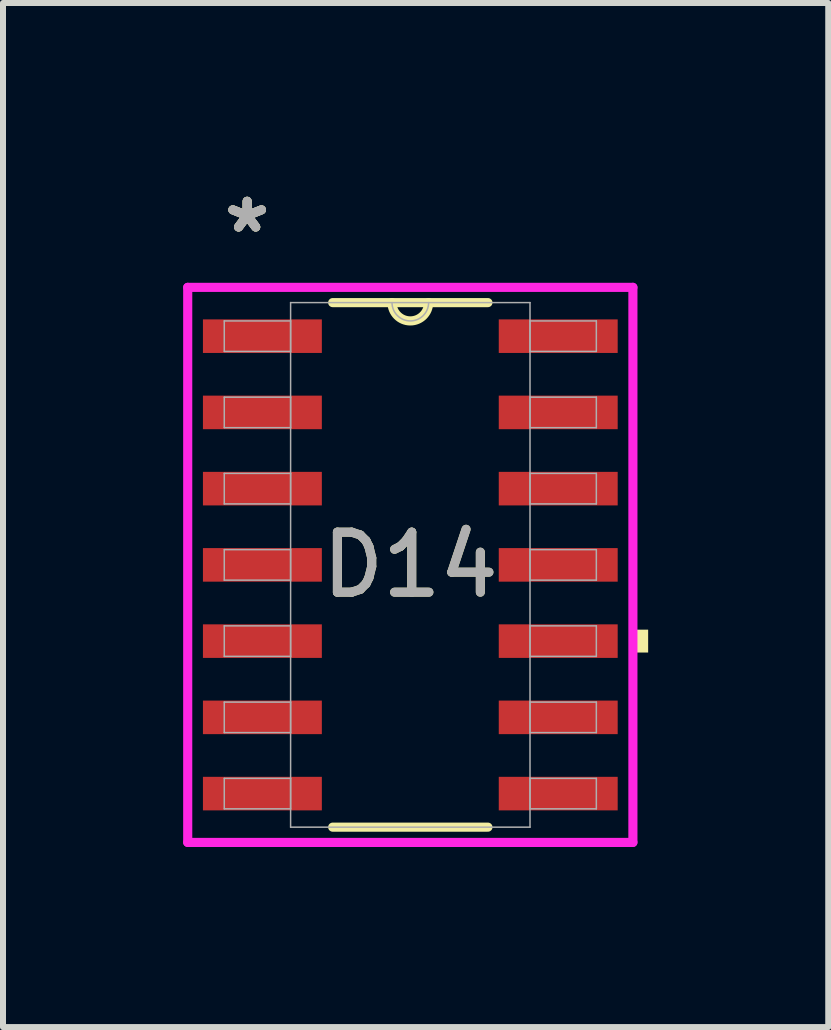
<source format=kicad_pcb>
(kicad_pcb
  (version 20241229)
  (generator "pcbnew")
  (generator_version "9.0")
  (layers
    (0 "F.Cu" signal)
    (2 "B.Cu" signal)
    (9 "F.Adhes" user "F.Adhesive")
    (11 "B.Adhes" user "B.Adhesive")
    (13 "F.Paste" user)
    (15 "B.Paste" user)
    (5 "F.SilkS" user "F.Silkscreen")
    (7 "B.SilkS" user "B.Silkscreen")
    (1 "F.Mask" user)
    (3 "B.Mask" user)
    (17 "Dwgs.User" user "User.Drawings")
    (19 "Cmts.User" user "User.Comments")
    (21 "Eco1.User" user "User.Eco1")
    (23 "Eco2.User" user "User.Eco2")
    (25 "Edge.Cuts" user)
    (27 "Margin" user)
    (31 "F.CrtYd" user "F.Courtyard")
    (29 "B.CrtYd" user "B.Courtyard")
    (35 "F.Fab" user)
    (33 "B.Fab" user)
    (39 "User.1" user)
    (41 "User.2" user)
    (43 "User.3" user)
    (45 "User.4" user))
  (footprint "D14"
    (layer "F.Cu")
    (at 3.785 6.36)
    (property "Reference" "D14" (at 0 0 0) (unlocked yes) (layer "F.SilkS") (effects (font (size 1 1) (thickness 0.15))))
    (attr smd)
    (fp_line (start -1.293 4.369) (end 1.293 4.369) (stroke (width 0.152) (type solid)) (layer "F.SilkS"))
    (fp_line (start 1.293 -4.369) (end -1.293 -4.369) (stroke (width 0.152) (type solid)) (layer "F.SilkS"))
    (fp_arc (start 0.3048 -4.3688) (mid 0 -4.064) (end -0.3048 -4.3688) (stroke (width 0.1524) (type solid)) (layer "F.SilkS"))
    (fp_poly (pts (xy 3.962 1.079) (xy 3.962 1.46) (xy 3.708 1.46) (xy 3.708 1.079)) (stroke (width 0) (type solid)) (fill yes) (layer "F.SilkS"))
    (fp_line (start -3.708 -4.623) (end 3.708 -4.623) (stroke (width 0.152) (type solid)) (layer "F.CrtYd"))
    (fp_line (start -3.708 4.623) (end -3.708 -4.623) (stroke (width 0.152) (type solid)) (layer "F.CrtYd"))
    (fp_line (start 3.708 -4.623) (end 3.708 4.623) (stroke (width 0.152) (type solid)) (layer "F.CrtYd"))
    (fp_line (start 3.708 4.623) (end -3.708 4.623) (stroke (width 0.152) (type solid)) (layer "F.CrtYd"))
    (fp_line (start -3.099 -4.064) (end -3.099 -3.556) (stroke (width 0.025) (type solid)) (layer "F.Fab"))
    (fp_line (start -3.099 -3.556) (end -1.994 -3.556) (stroke (width 0.025) (type solid)) (layer "F.Fab"))
    (fp_line (start -3.099 -2.794) (end -3.099 -2.286) (stroke (width 0.025) (type solid)) (layer "F.Fab"))
    (fp_line (start -3.099 -2.286) (end -1.994 -2.286) (stroke (width 0.025) (type solid)) (layer "F.Fab"))
    (fp_line (start -3.099 -1.524) (end -3.099 -1.016) (stroke (width 0.025) (type solid)) (layer "F.Fab"))
    (fp_line (start -3.099 -1.016) (end -1.994 -1.016) (stroke (width 0.025) (type solid)) (layer "F.Fab"))
    (fp_line (start -3.099 -0.254) (end -3.099 0.254) (stroke (width 0.025) (type solid)) (layer "F.Fab"))
    (fp_line (start -3.099 0.254) (end -1.994 0.254) (stroke (width 0.025) (type solid)) (layer "F.Fab"))
    (fp_line (start -3.099 1.016) (end -3.099 1.524) (stroke (width 0.025) (type solid)) (layer "F.Fab"))
    (fp_line (start -3.099 1.524) (end -1.994 1.524) (stroke (width 0.025) (type solid)) (layer "F.Fab"))
    (fp_line (start -3.099 2.286) (end -3.099 2.794) (stroke (width 0.025) (type solid)) (layer "F.Fab"))
    (fp_line (start -3.099 2.794) (end -1.994 2.794) (stroke (width 0.025) (type solid)) (layer "F.Fab"))
    (fp_line (start -3.099 3.556) (end -3.099 4.064) (stroke (width 0.025) (type solid)) (layer "F.Fab"))
    (fp_line (start -3.099 4.064) (end -1.994 4.064) (stroke (width 0.025) (type solid)) (layer "F.Fab"))
    (fp_line (start -1.994 -4.369) (end -1.994 4.369) (stroke (width 0.025) (type solid)) (layer "F.Fab"))
    (fp_line (start -1.994 -4.064) (end -3.099 -4.064) (stroke (width 0.025) (type solid)) (layer "F.Fab"))
    (fp_line (start -1.994 -3.556) (end -1.994 -4.064) (stroke (width 0.025) (type solid)) (layer "F.Fab"))
    (fp_line (start -1.994 -2.794) (end -3.099 -2.794) (stroke (width 0.025) (type solid)) (layer "F.Fab"))
    (fp_line (start -1.994 -2.286) (end -1.994 -2.794) (stroke (width 0.025) (type solid)) (layer "F.Fab"))
    (fp_line (start -1.994 -1.524) (end -3.099 -1.524) (stroke (width 0.025) (type solid)) (layer "F.Fab"))
    (fp_line (start -1.994 -1.016) (end -1.994 -1.524) (stroke (width 0.025) (type solid)) (layer "F.Fab"))
    (fp_line (start -1.994 -0.254) (end -3.099 -0.254) (stroke (width 0.025) (type solid)) (layer "F.Fab"))
    (fp_line (start -1.994 0.254) (end -1.994 -0.254) (stroke (width 0.025) (type solid)) (layer "F.Fab"))
    (fp_line (start -1.994 1.016) (end -3.099 1.016) (stroke (width 0.025) (type solid)) (layer "F.Fab"))
    (fp_line (start -1.994 1.524) (end -1.994 1.016) (stroke (width 0.025) (type solid)) (layer "F.Fab"))
    (fp_line (start -1.994 2.286) (end -3.099 2.286) (stroke (width 0.025) (type solid)) (layer "F.Fab"))
    (fp_line (start -1.994 2.794) (end -1.994 2.286) (stroke (width 0.025) (type solid)) (layer "F.Fab"))
    (fp_line (start -1.994 3.556) (end -3.099 3.556) (stroke (width 0.025) (type solid)) (layer "F.Fab"))
    (fp_line (start -1.994 4.064) (end -1.994 3.556) (stroke (width 0.025) (type solid)) (layer "F.Fab"))
    (fp_line (start -1.994 4.369) (end 1.994 4.369) (stroke (width 0.025) (type solid)) (layer "F.Fab"))
    (fp_line (start 1.994 -4.369) (end -1.994 -4.369) (stroke (width 0.025) (type solid)) (layer "F.Fab"))
    (fp_line (start 1.994 -4.064) (end 1.994 -3.556) (stroke (width 0.025) (type solid)) (layer "F.Fab"))
    (fp_line (start 1.994 -3.556) (end 3.099 -3.556) (stroke (width 0.025) (type solid)) (layer "F.Fab"))
    (fp_line (start 1.994 -2.794) (end 1.994 -2.286) (stroke (width 0.025) (type solid)) (layer "F.Fab"))
    (fp_line (start 1.994 -2.286) (end 3.099 -2.286) (stroke (width 0.025) (type solid)) (layer "F.Fab"))
    (fp_line (start 1.994 -1.524) (end 1.994 -1.016) (stroke (width 0.025) (type solid)) (layer "F.Fab"))
    (fp_line (start 1.994 -1.016) (end 3.099 -1.016) (stroke (width 0.025) (type solid)) (layer "F.Fab"))
    (fp_line (start 1.994 -0.254) (end 1.994 0.254) (stroke (width 0.025) (type solid)) (layer "F.Fab"))
    (fp_line (start 1.994 0.254) (end 3.099 0.254) (stroke (width 0.025) (type solid)) (layer "F.Fab"))
    (fp_line (start 1.994 1.016) (end 1.994 1.524) (stroke (width 0.025) (type solid)) (layer "F.Fab"))
    (fp_line (start 1.994 1.524) (end 3.099 1.524) (stroke (width 0.025) (type solid)) (layer "F.Fab"))
    (fp_line (start 1.994 2.286) (end 1.994 2.794) (stroke (width 0.025) (type solid)) (layer "F.Fab"))
    (fp_line (start 1.994 2.794) (end 3.099 2.794) (stroke (width 0.025) (type solid)) (layer "F.Fab"))
    (fp_line (start 1.994 3.556) (end 1.994 4.064) (stroke (width 0.025) (type solid)) (layer "F.Fab"))
    (fp_line (start 1.994 4.064) (end 3.099 4.064) (stroke (width 0.025) (type solid)) (layer "F.Fab"))
    (fp_line (start 1.994 4.369) (end 1.994 -4.369) (stroke (width 0.025) (type solid)) (layer "F.Fab"))
    (fp_line (start 3.099 -4.064) (end 1.994 -4.064) (stroke (width 0.025) (type solid)) (layer "F.Fab"))
    (fp_line (start 3.099 -3.556) (end 3.099 -4.064) (stroke (width 0.025) (type solid)) (layer "F.Fab"))
    (fp_line (start 3.099 -2.794) (end 1.994 -2.794) (stroke (width 0.025) (type solid)) (layer "F.Fab"))
    (fp_line (start 3.099 -2.286) (end 3.099 -2.794) (stroke (width 0.025) (type solid)) (layer "F.Fab"))
    (fp_line (start 3.099 -1.524) (end 1.994 -1.524) (stroke (width 0.025) (type solid)) (layer "F.Fab"))
    (fp_line (start 3.099 -1.016) (end 3.099 -1.524) (stroke (width 0.025) (type solid)) (layer "F.Fab"))
    (fp_line (start 3.099 -0.254) (end 1.994 -0.254) (stroke (width 0.025) (type solid)) (layer "F.Fab"))
    (fp_line (start 3.099 0.254) (end 3.099 -0.254) (stroke (width 0.025) (type solid)) (layer "F.Fab"))
    (fp_line (start 3.099 1.016) (end 1.994 1.016) (stroke (width 0.025) (type solid)) (layer "F.Fab"))
    (fp_line (start 3.099 1.524) (end 3.099 1.016) (stroke (width 0.025) (type solid)) (layer "F.Fab"))
    (fp_line (start 3.099 2.286) (end 1.994 2.286) (stroke (width 0.025) (type solid)) (layer "F.Fab"))
    (fp_line (start 3.099 2.794) (end 3.099 2.286) (stroke (width 0.025) (type solid)) (layer "F.Fab"))
    (fp_line (start 3.099 3.556) (end 1.994 3.556) (stroke (width 0.025) (type solid)) (layer "F.Fab"))
    (fp_line (start 3.099 4.064) (end 3.099 3.556) (stroke (width 0.025) (type solid)) (layer "F.Fab"))
    (fp_arc (start 0.3048 -4.3688) (mid 0 -4.064) (end -0.3048 -4.3688) (stroke (width 0.0254) (type solid)) (layer "F.Fab"))
    (fp_text user "*" (at -2.718 -5.512 0) (layer "F.SilkS") (effects (font (size 1 1) (thickness 0.15))))
    (fp_text user "*" (at -2.718 -5.512 0) (unlocked yes) (layer "F.SilkS") (effects (font (size 1 1) (thickness 0.15))))
    (fp_text user "*" (at -2.718 -5.512 0) (unlocked yes) (layer "F.Fab") (effects (font (size 1 1) (thickness 0.15))))
    (fp_text user "${REFERENCE}" (at 0 0 0) (unlocked yes) (layer "F.Fab") (effects (font (size 1 1) (thickness 0.15))))
    (fp_text user "*" (at -2.718 -5.512 0) (layer "F.Fab") (effects (font (size 1 1) (thickness 0.15))))
    (pad "1" smd rect (at -2.464 -3.81) (size 1.981 0.559) (layers "F.Cu" "F.Mask" "F.Paste"))
    (pad "2" smd rect (at -2.464 -2.54) (size 1.981 0.559) (layers "F.Cu" "F.Mask" "F.Paste"))
    (pad "3" smd rect (at -2.464 -1.27) (size 1.981 0.559) (layers "F.Cu" "F.Mask" "F.Paste"))
    (pad "4" smd rect (at -2.464 0) (size 1.981 0.559) (layers "F.Cu" "F.Mask" "F.Paste"))
    (pad "5" smd rect (at -2.464 1.27) (size 1.981 0.559) (layers "F.Cu" "F.Mask" "F.Paste"))
    (pad "6" smd rect (at -2.464 2.54) (size 1.981 0.559) (layers "F.Cu" "F.Mask" "F.Paste"))
    (pad "7" smd rect (at -2.464 3.81) (size 1.981 0.559) (layers "F.Cu" "F.Mask" "F.Paste"))
    (pad "8" smd rect (at 2.464 3.81) (size 1.981 0.559) (layers "F.Cu" "F.Mask" "F.Paste"))
    (pad "9" smd rect (at 2.464 2.54) (size 1.981 0.559) (layers "F.Cu" "F.Mask" "F.Paste"))
    (pad "10" smd rect (at 2.464 1.27) (size 1.981 0.559) (layers "F.Cu" "F.Mask" "F.Paste"))
    (pad "11" smd rect (at 2.464 0) (size 1.981 0.559) (layers "F.Cu" "F.Mask" "F.Paste"))
    (pad "12" smd rect (at 2.464 -1.27) (size 1.981 0.559) (layers "F.Cu" "F.Mask" "F.Paste"))
    (pad "13" smd rect (at 2.464 -2.54) (size 1.981 0.559) (layers "F.Cu" "F.Mask" "F.Paste"))
    (pad "14" smd rect (at 2.464 -3.81) (size 1.981 0.559) (layers "F.Cu" "F.Mask" "F.Paste")))
  (gr_rect
    (start -3 -3)
    (end 10.747 14.059)
    (stroke (width 0.1) (type default))
    (fill no)
    (layer "Edge.Cuts")))
</source>
